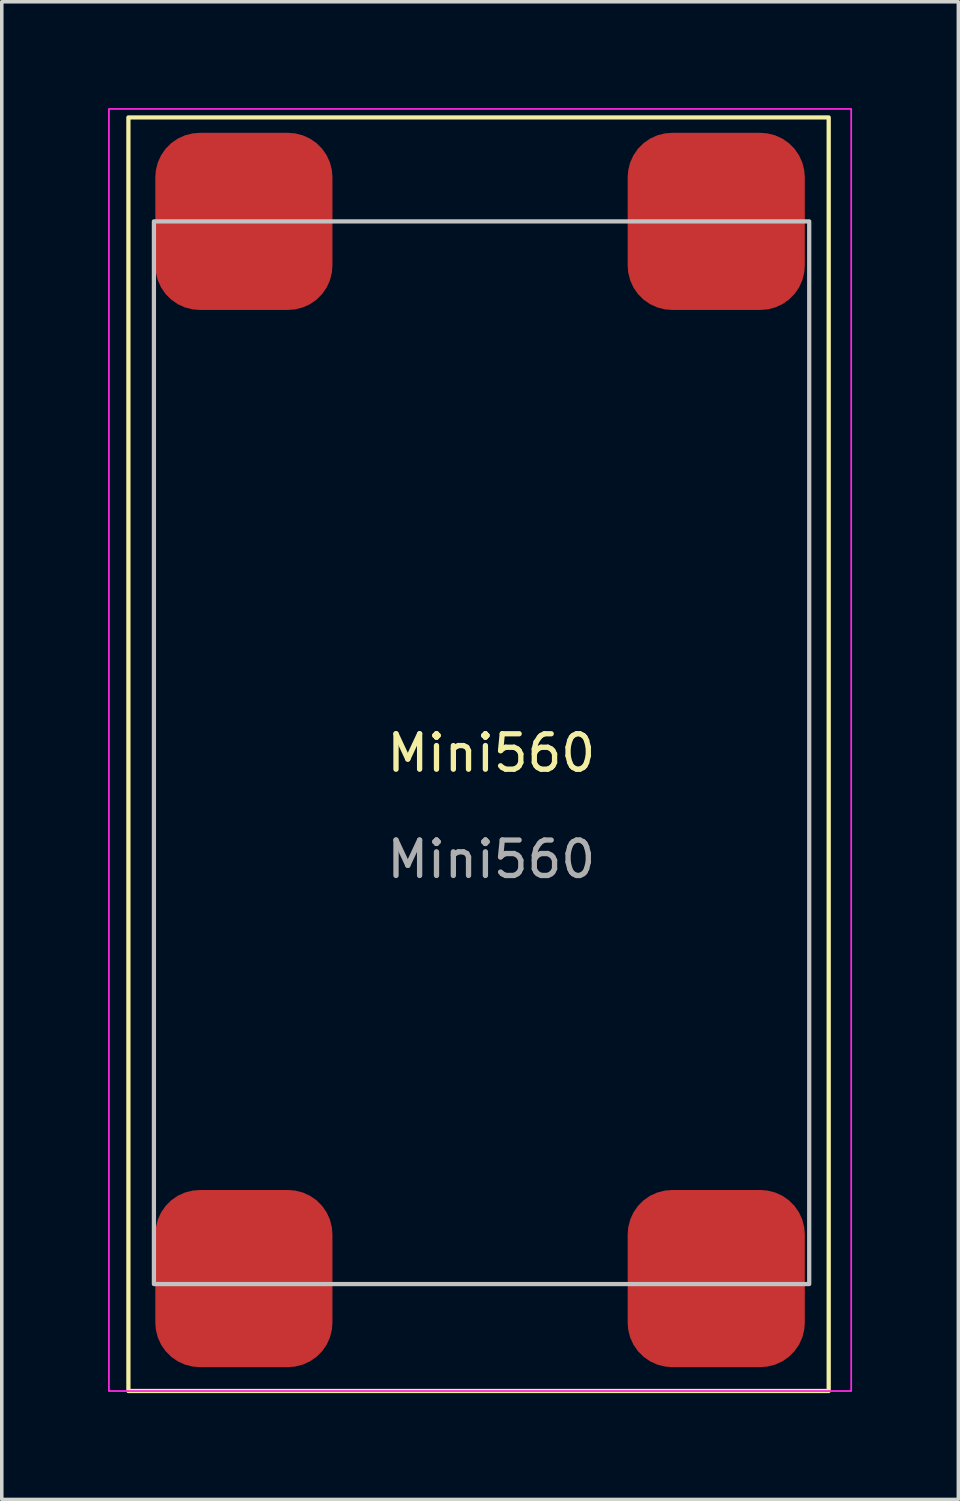
<source format=kicad_pcb>
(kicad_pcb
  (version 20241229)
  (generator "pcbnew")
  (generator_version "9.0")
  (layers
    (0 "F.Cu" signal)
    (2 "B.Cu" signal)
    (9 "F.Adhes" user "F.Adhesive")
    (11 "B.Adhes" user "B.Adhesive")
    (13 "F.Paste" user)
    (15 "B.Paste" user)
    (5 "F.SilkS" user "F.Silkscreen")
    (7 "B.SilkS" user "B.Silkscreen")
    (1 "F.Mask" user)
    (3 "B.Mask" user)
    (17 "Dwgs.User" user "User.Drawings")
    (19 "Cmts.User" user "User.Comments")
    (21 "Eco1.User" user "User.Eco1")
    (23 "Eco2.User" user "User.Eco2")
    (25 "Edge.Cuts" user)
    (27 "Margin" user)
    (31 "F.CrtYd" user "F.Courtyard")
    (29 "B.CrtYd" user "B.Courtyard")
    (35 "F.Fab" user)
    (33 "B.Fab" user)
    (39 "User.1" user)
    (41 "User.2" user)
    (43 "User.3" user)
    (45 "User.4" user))
  (footprint "Mini560"
    (layer "F.Cu")
    (at 1.295 3.2)
    (property "Reference" "Mini560" (at 9.525 15.01 0) (unlocked yes) (layer "F.SilkS") (effects (font (size 1 1) (thickness 0.15))))
    (attr smd)
    (fp_rect (start -0.72 -2.935) (end 19.05 33.02) (stroke (width 0.12) (type solid)) (fill no) (layer "F.SilkS"))
    (fp_rect (start 0 0) (end 18.5 30) (stroke (width 0.12) (type solid)) (fill no) (layer "Dwgs.User"))
    (fp_rect (start -1.27 -3.175) (end 19.685 33.02) (stroke (width 0.05) (type solid)) (fill no) (layer "F.CrtYd"))
    (fp_text user "${REFERENCE}" (at 9.525 18.01 0) (unlocked yes) (layer "F.Fab") (effects (font (size 1 1) (thickness 0.15))))
    (pad "1" smd roundrect (at 2.54 29.845) (size 5 5) (layers "F.Cu" "F.Mask" "F.Paste") (roundrect_rratio 0.25))
    (pad "2" smd roundrect (at 15.875 29.845) (size 5 5) (layers "F.Cu" "F.Mask" "F.Paste") (roundrect_rratio 0.25))
    (pad "3" smd roundrect (at 15.875 0) (size 5 5) (layers "F.Cu" "F.Mask" "F.Paste") (roundrect_rratio 0.25))
    (pad "4" smd roundrect (at 2.54 0) (size 5 5) (layers "F.Cu" "F.Mask" "F.Paste") (roundrect_rratio 0.25)))
  (gr_rect
    (start -3 -3)
    (end 24.005 39.28)
    (stroke (width 0.1) (type default))
    (fill no)
    (layer "Edge.Cuts")))
</source>
